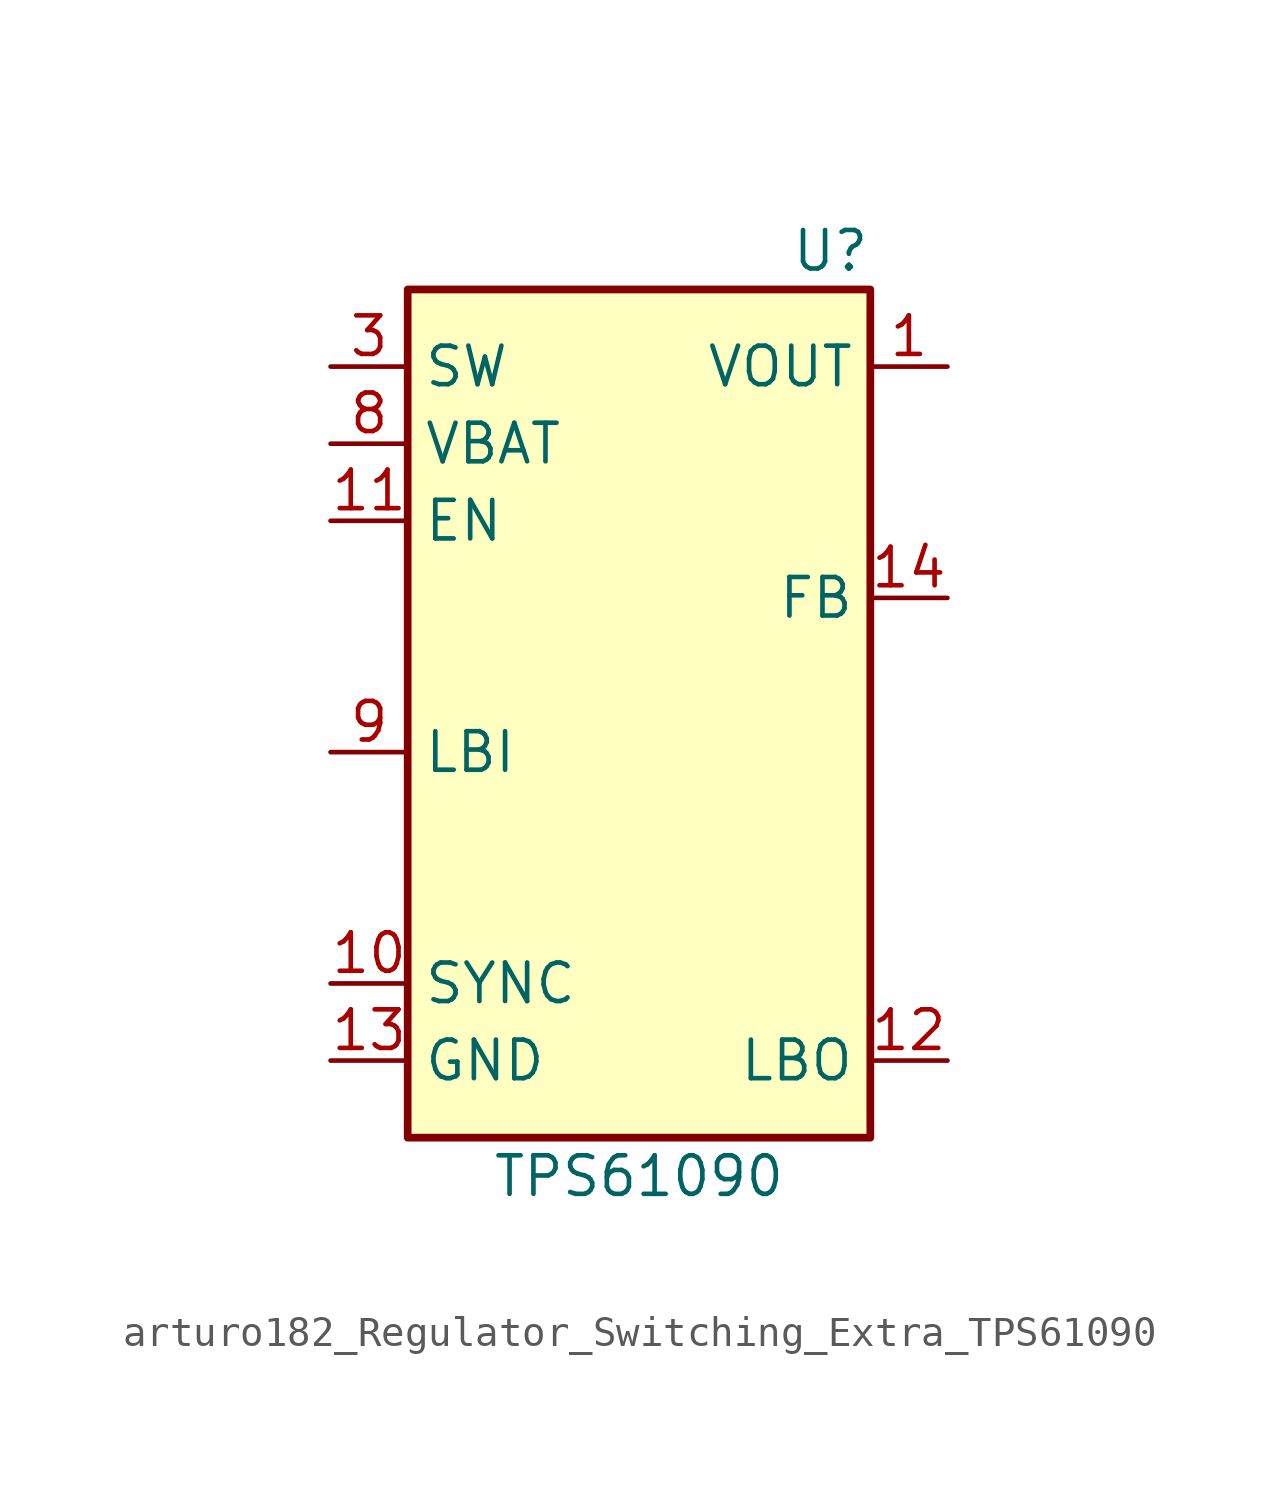
<source format=kicad_sym>
(kicad_symbol_lib
  (version 20220914)
  (generator kicad_symbol_editor)
  (symbol "Regulator_Switching_Extra:arturo182_Regulator_Switching_Extra_TPS61090"
    (property "Reference" "U"
      (at 7.62 16.51 0)
      (effects (font (size 1.27 1.27)) (justify right)))
    (property "Value" "TPS61090"
      (at 0 -13.97 0)
      (effects (font (size 1.27 1.27))))
    (symbol "arturo182_Regulator_Switching_Extra_TPS61090_0_0"
      (pin power_out line (at 10.16 12.7 180) (length 2.54) (name "VOUT" (effects (font (size 1.27 1.27)))) (number "1" (effects (font (size 1.27 1.27)))))
      (pin input line (at -10.16 -7.62 0) (length 2.54) (name "SYNC" (effects (font (size 1.27 1.27)))) (number "10" (effects (font (size 1.27 1.27)))))
      (pin input line (at -10.16 7.62 0) (length 2.54) (name "EN" (effects (font (size 1.27 1.27)))) (number "11" (effects (font (size 1.27 1.27)))))
      (pin open_collector line (at 10.16 -10.16 180) (length 2.54) (name "LBO" (effects (font (size 1.27 1.27)))) (number "12" (effects (font (size 1.27 1.27)))))
      (pin power_in line (at -10.16 -10.16 0) (length 2.54) (name "GND" (effects (font (size 1.27 1.27)))) (number "13" (effects (font (size 1.27 1.27)))))
      (pin input line (at 10.16 5.08 180) (length 2.54) (name "FB" (effects (font (size 1.27 1.27)))) (number "14" (effects (font (size 1.27 1.27)))))
      (pin passive line (at 10.16 12.7 180) (length 2.54) hide (name "VOUT" (effects (font (size 1.27 1.27)))) (number "15" (effects (font (size 1.27 1.27)))))
      (pin passive line (at 10.16 12.7 180) (length 2.54) hide (name "VOUT" (effects (font (size 1.27 1.27)))) (number "16" (effects (font (size 1.27 1.27)))))
      (pin passive line (at -10.16 -10.16 0) (length 2.54) hide (name "PAD" (effects (font (size 1.27 1.27)))) (number "17" (effects (font (size 1.27 1.27)))))
      (pin no_connect line (at 0 -5.08 180) (length 2.54) hide (name "NC" (effects (font (size 1.27 1.27)))) (number "2" (effects (font (size 1.27 1.27)))))
      (pin passive line (at -10.16 12.7 0) (length 2.54) (name "SW" (effects (font (size 1.27 1.27)))) (number "3" (effects (font (size 1.27 1.27)))))
      (pin passive line (at -10.16 12.7 0) (length 2.54) hide (name "SW" (effects (font (size 1.27 1.27)))) (number "4" (effects (font (size 1.27 1.27)))))
      (pin passive line (at -10.16 -10.16 0) (length 2.54) hide (name "PGND" (effects (font (size 1.27 1.27)))) (number "5" (effects (font (size 1.27 1.27)))))
      (pin passive line (at -10.16 -10.16 0) (length 2.54) hide (name "PGND" (effects (font (size 1.27 1.27)))) (number "6" (effects (font (size 1.27 1.27)))))
      (pin passive line (at -10.16 -10.16 0) (length 2.54) hide (name "PGND" (effects (font (size 1.27 1.27)))) (number "7" (effects (font (size 1.27 1.27)))))
      (pin power_in line (at -10.16 10.16 0) (length 2.54) (name "VBAT" (effects (font (size 1.27 1.27)))) (number "8" (effects (font (size 1.27 1.27)))))
      (pin input line (at -10.16 0 0) (length 2.54) (name "LBI" (effects (font (size 1.27 1.27)))) (number "9" (effects (font (size 1.27 1.27))))))
    (symbol "arturo182_Regulator_Switching_Extra_TPS61090_0_1"
      (rectangle (start -7.62 15.24) (end 7.62 -12.7) (stroke (width 0.254)) (fill (type background))))))
</source>
